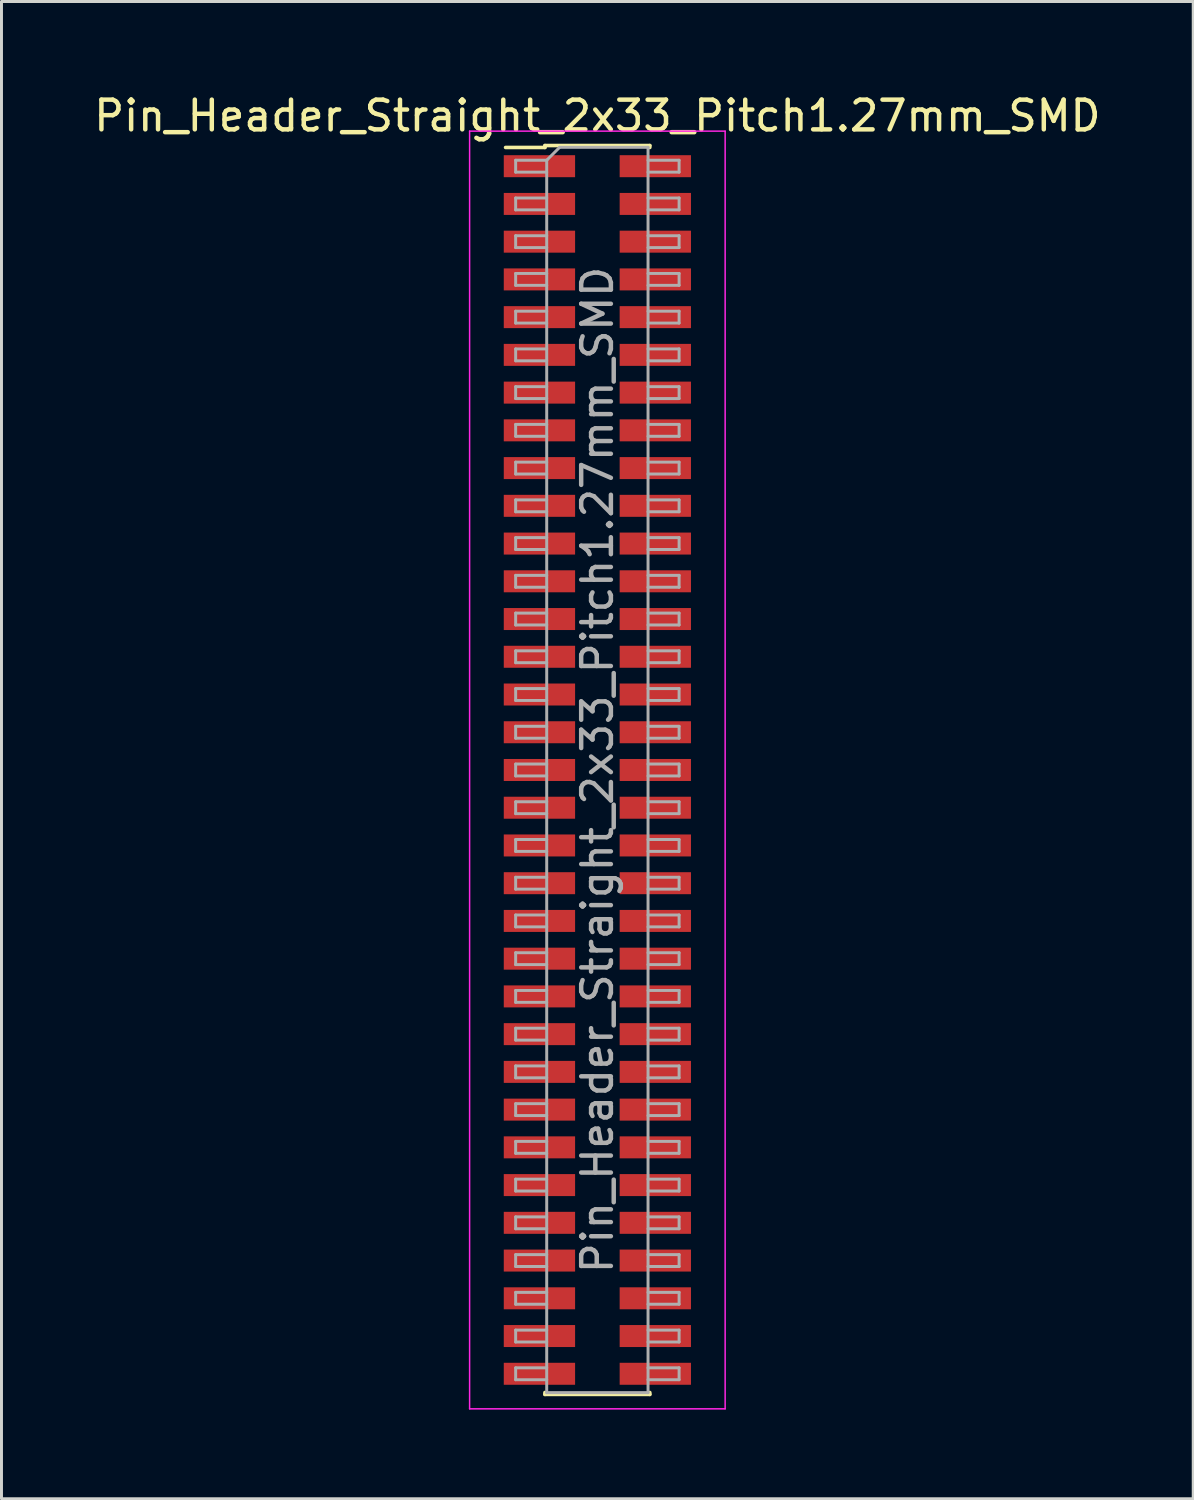
<source format=kicad_pcb>
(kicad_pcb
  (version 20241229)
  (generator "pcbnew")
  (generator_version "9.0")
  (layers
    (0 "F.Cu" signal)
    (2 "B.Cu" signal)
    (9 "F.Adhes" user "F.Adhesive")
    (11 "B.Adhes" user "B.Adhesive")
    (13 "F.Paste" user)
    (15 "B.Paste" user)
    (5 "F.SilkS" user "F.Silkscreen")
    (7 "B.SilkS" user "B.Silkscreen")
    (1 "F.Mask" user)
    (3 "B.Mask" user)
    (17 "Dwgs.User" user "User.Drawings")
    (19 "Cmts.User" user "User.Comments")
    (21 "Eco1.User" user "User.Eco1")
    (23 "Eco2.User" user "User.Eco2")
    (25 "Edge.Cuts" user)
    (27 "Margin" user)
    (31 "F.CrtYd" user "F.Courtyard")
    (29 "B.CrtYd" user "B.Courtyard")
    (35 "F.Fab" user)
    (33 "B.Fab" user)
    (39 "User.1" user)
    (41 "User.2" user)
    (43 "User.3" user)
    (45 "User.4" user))
  (footprint "Pin_Header_Straight_2x33_Pitch1.27mm_SMD"
    (layer "F.Cu")
    (at 17.054 22.863)
    (property "Reference" "Pin_Header_Straight_2x33_Pitch1.27mm_SMD" (at 0 -22.015 0) (layer "F.SilkS") (effects (font (size 1 1) (thickness 0.15))))
    (attr smd)
    (fp_line (start -3.09 -20.95) (end -1.765 -20.95) (stroke (width 0.12) (type solid)) (layer "F.SilkS"))
    (fp_line (start -1.765 -21.015) (end -1.765 -20.95) (stroke (width 0.12) (type solid)) (layer "F.SilkS"))
    (fp_line (start -1.765 -21.015) (end 1.765 -21.015) (stroke (width 0.12) (type solid)) (layer "F.SilkS"))
    (fp_line (start -1.765 20.95) (end -1.765 21.015) (stroke (width 0.12) (type solid)) (layer "F.SilkS"))
    (fp_line (start -1.765 21.015) (end 1.765 21.015) (stroke (width 0.12) (type solid)) (layer "F.SilkS"))
    (fp_line (start 1.765 -21.015) (end 1.765 -20.95) (stroke (width 0.12) (type solid)) (layer "F.SilkS"))
    (fp_line (start 1.765 20.95) (end 1.765 21.015) (stroke (width 0.12) (type solid)) (layer "F.SilkS"))
    (fp_line (start -4.3 -21.5) (end -4.3 21.5) (stroke (width 0.05) (type solid)) (layer "F.CrtYd"))
    (fp_line (start -4.3 21.5) (end 4.3 21.5) (stroke (width 0.05) (type solid)) (layer "F.CrtYd"))
    (fp_line (start 4.3 -21.5) (end -4.3 -21.5) (stroke (width 0.05) (type solid)) (layer "F.CrtYd"))
    (fp_line (start 4.3 21.5) (end 4.3 -21.5) (stroke (width 0.05) (type solid)) (layer "F.CrtYd"))
    (fp_line (start -2.75 -20.52) (end -2.75 -20.12) (stroke (width 0.1) (type solid)) (layer "F.Fab"))
    (fp_line (start -2.75 -20.12) (end -1.705 -20.12) (stroke (width 0.1) (type solid)) (layer "F.Fab"))
    (fp_line (start -2.75 -19.25) (end -2.75 -18.85) (stroke (width 0.1) (type solid)) (layer "F.Fab"))
    (fp_line (start -2.75 -18.85) (end -1.705 -18.85) (stroke (width 0.1) (type solid)) (layer "F.Fab"))
    (fp_line (start -2.75 -17.98) (end -2.75 -17.58) (stroke (width 0.1) (type solid)) (layer "F.Fab"))
    (fp_line (start -2.75 -17.58) (end -1.705 -17.58) (stroke (width 0.1) (type solid)) (layer "F.Fab"))
    (fp_line (start -2.75 -16.71) (end -2.75 -16.31) (stroke (width 0.1) (type solid)) (layer "F.Fab"))
    (fp_line (start -2.75 -16.31) (end -1.705 -16.31) (stroke (width 0.1) (type solid)) (layer "F.Fab"))
    (fp_line (start -2.75 -15.44) (end -2.75 -15.04) (stroke (width 0.1) (type solid)) (layer "F.Fab"))
    (fp_line (start -2.75 -15.04) (end -1.705 -15.04) (stroke (width 0.1) (type solid)) (layer "F.Fab"))
    (fp_line (start -2.75 -14.17) (end -2.75 -13.77) (stroke (width 0.1) (type solid)) (layer "F.Fab"))
    (fp_line (start -2.75 -13.77) (end -1.705 -13.77) (stroke (width 0.1) (type solid)) (layer "F.Fab"))
    (fp_line (start -2.75 -12.9) (end -2.75 -12.5) (stroke (width 0.1) (type solid)) (layer "F.Fab"))
    (fp_line (start -2.75 -12.5) (end -1.705 -12.5) (stroke (width 0.1) (type solid)) (layer "F.Fab"))
    (fp_line (start -2.75 -11.63) (end -2.75 -11.23) (stroke (width 0.1) (type solid)) (layer "F.Fab"))
    (fp_line (start -2.75 -11.23) (end -1.705 -11.23) (stroke (width 0.1) (type solid)) (layer "F.Fab"))
    (fp_line (start -2.75 -10.36) (end -2.75 -9.96) (stroke (width 0.1) (type solid)) (layer "F.Fab"))
    (fp_line (start -2.75 -9.96) (end -1.705 -9.96) (stroke (width 0.1) (type solid)) (layer "F.Fab"))
    (fp_line (start -2.75 -9.09) (end -2.75 -8.69) (stroke (width 0.1) (type solid)) (layer "F.Fab"))
    (fp_line (start -2.75 -8.69) (end -1.705 -8.69) (stroke (width 0.1) (type solid)) (layer "F.Fab"))
    (fp_line (start -2.75 -7.82) (end -2.75 -7.42) (stroke (width 0.1) (type solid)) (layer "F.Fab"))
    (fp_line (start -2.75 -7.42) (end -1.705 -7.42) (stroke (width 0.1) (type solid)) (layer "F.Fab"))
    (fp_line (start -2.75 -6.55) (end -2.75 -6.15) (stroke (width 0.1) (type solid)) (layer "F.Fab"))
    (fp_line (start -2.75 -6.15) (end -1.705 -6.15) (stroke (width 0.1) (type solid)) (layer "F.Fab"))
    (fp_line (start -2.75 -5.28) (end -2.75 -4.88) (stroke (width 0.1) (type solid)) (layer "F.Fab"))
    (fp_line (start -2.75 -4.88) (end -1.705 -4.88) (stroke (width 0.1) (type solid)) (layer "F.Fab"))
    (fp_line (start -2.75 -4.01) (end -2.75 -3.61) (stroke (width 0.1) (type solid)) (layer "F.Fab"))
    (fp_line (start -2.75 -3.61) (end -1.705 -3.61) (stroke (width 0.1) (type solid)) (layer "F.Fab"))
    (fp_line (start -2.75 -2.74) (end -2.75 -2.34) (stroke (width 0.1) (type solid)) (layer "F.Fab"))
    (fp_line (start -2.75 -2.34) (end -1.705 -2.34) (stroke (width 0.1) (type solid)) (layer "F.Fab"))
    (fp_line (start -2.75 -1.47) (end -2.75 -1.07) (stroke (width 0.1) (type solid)) (layer "F.Fab"))
    (fp_line (start -2.75 -1.07) (end -1.705 -1.07) (stroke (width 0.1) (type solid)) (layer "F.Fab"))
    (fp_line (start -2.75 -0.2) (end -2.75 0.2) (stroke (width 0.1) (type solid)) (layer "F.Fab"))
    (fp_line (start -2.75 0.2) (end -1.705 0.2) (stroke (width 0.1) (type solid)) (layer "F.Fab"))
    (fp_line (start -2.75 1.07) (end -2.75 1.47) (stroke (width 0.1) (type solid)) (layer "F.Fab"))
    (fp_line (start -2.75 1.47) (end -1.705 1.47) (stroke (width 0.1) (type solid)) (layer "F.Fab"))
    (fp_line (start -2.75 2.34) (end -2.75 2.74) (stroke (width 0.1) (type solid)) (layer "F.Fab"))
    (fp_line (start -2.75 2.74) (end -1.705 2.74) (stroke (width 0.1) (type solid)) (layer "F.Fab"))
    (fp_line (start -2.75 3.61) (end -2.75 4.01) (stroke (width 0.1) (type solid)) (layer "F.Fab"))
    (fp_line (start -2.75 4.01) (end -1.705 4.01) (stroke (width 0.1) (type solid)) (layer "F.Fab"))
    (fp_line (start -2.75 4.88) (end -2.75 5.28) (stroke (width 0.1) (type solid)) (layer "F.Fab"))
    (fp_line (start -2.75 5.28) (end -1.705 5.28) (stroke (width 0.1) (type solid)) (layer "F.Fab"))
    (fp_line (start -2.75 6.15) (end -2.75 6.55) (stroke (width 0.1) (type solid)) (layer "F.Fab"))
    (fp_line (start -2.75 6.55) (end -1.705 6.55) (stroke (width 0.1) (type solid)) (layer "F.Fab"))
    (fp_line (start -2.75 7.42) (end -2.75 7.82) (stroke (width 0.1) (type solid)) (layer "F.Fab"))
    (fp_line (start -2.75 7.82) (end -1.705 7.82) (stroke (width 0.1) (type solid)) (layer "F.Fab"))
    (fp_line (start -2.75 8.69) (end -2.75 9.09) (stroke (width 0.1) (type solid)) (layer "F.Fab"))
    (fp_line (start -2.75 9.09) (end -1.705 9.09) (stroke (width 0.1) (type solid)) (layer "F.Fab"))
    (fp_line (start -2.75 9.96) (end -2.75 10.36) (stroke (width 0.1) (type solid)) (layer "F.Fab"))
    (fp_line (start -2.75 10.36) (end -1.705 10.36) (stroke (width 0.1) (type solid)) (layer "F.Fab"))
    (fp_line (start -2.75 11.23) (end -2.75 11.63) (stroke (width 0.1) (type solid)) (layer "F.Fab"))
    (fp_line (start -2.75 11.63) (end -1.705 11.63) (stroke (width 0.1) (type solid)) (layer "F.Fab"))
    (fp_line (start -2.75 12.5) (end -2.75 12.9) (stroke (width 0.1) (type solid)) (layer "F.Fab"))
    (fp_line (start -2.75 12.9) (end -1.705 12.9) (stroke (width 0.1) (type solid)) (layer "F.Fab"))
    (fp_line (start -2.75 13.77) (end -2.75 14.17) (stroke (width 0.1) (type solid)) (layer "F.Fab"))
    (fp_line (start -2.75 14.17) (end -1.705 14.17) (stroke (width 0.1) (type solid)) (layer "F.Fab"))
    (fp_line (start -2.75 15.04) (end -2.75 15.44) (stroke (width 0.1) (type solid)) (layer "F.Fab"))
    (fp_line (start -2.75 15.44) (end -1.705 15.44) (stroke (width 0.1) (type solid)) (layer "F.Fab"))
    (fp_line (start -2.75 16.31) (end -2.75 16.71) (stroke (width 0.1) (type solid)) (layer "F.Fab"))
    (fp_line (start -2.75 16.71) (end -1.705 16.71) (stroke (width 0.1) (type solid)) (layer "F.Fab"))
    (fp_line (start -2.75 17.58) (end -2.75 17.98) (stroke (width 0.1) (type solid)) (layer "F.Fab"))
    (fp_line (start -2.75 17.98) (end -1.705 17.98) (stroke (width 0.1) (type solid)) (layer "F.Fab"))
    (fp_line (start -2.75 18.85) (end -2.75 19.25) (stroke (width 0.1) (type solid)) (layer "F.Fab"))
    (fp_line (start -2.75 19.25) (end -1.705 19.25) (stroke (width 0.1) (type solid)) (layer "F.Fab"))
    (fp_line (start -2.75 20.12) (end -2.75 20.52) (stroke (width 0.1) (type solid)) (layer "F.Fab"))
    (fp_line (start -2.75 20.52) (end -1.705 20.52) (stroke (width 0.1) (type solid)) (layer "F.Fab"))
    (fp_line (start -1.705 -20.52) (end -2.75 -20.52) (stroke (width 0.1) (type solid)) (layer "F.Fab"))
    (fp_line (start -1.705 -20.52) (end -1.27 -20.955) (stroke (width 0.1) (type solid)) (layer "F.Fab"))
    (fp_line (start -1.705 -19.25) (end -2.75 -19.25) (stroke (width 0.1) (type solid)) (layer "F.Fab"))
    (fp_line (start -1.705 -17.98) (end -2.75 -17.98) (stroke (width 0.1) (type solid)) (layer "F.Fab"))
    (fp_line (start -1.705 -16.71) (end -2.75 -16.71) (stroke (width 0.1) (type solid)) (layer "F.Fab"))
    (fp_line (start -1.705 -15.44) (end -2.75 -15.44) (stroke (width 0.1) (type solid)) (layer "F.Fab"))
    (fp_line (start -1.705 -14.17) (end -2.75 -14.17) (stroke (width 0.1) (type solid)) (layer "F.Fab"))
    (fp_line (start -1.705 -12.9) (end -2.75 -12.9) (stroke (width 0.1) (type solid)) (layer "F.Fab"))
    (fp_line (start -1.705 -11.63) (end -2.75 -11.63) (stroke (width 0.1) (type solid)) (layer "F.Fab"))
    (fp_line (start -1.705 -10.36) (end -2.75 -10.36) (stroke (width 0.1) (type solid)) (layer "F.Fab"))
    (fp_line (start -1.705 -9.09) (end -2.75 -9.09) (stroke (width 0.1) (type solid)) (layer "F.Fab"))
    (fp_line (start -1.705 -7.82) (end -2.75 -7.82) (stroke (width 0.1) (type solid)) (layer "F.Fab"))
    (fp_line (start -1.705 -6.55) (end -2.75 -6.55) (stroke (width 0.1) (type solid)) (layer "F.Fab"))
    (fp_line (start -1.705 -5.28) (end -2.75 -5.28) (stroke (width 0.1) (type solid)) (layer "F.Fab"))
    (fp_line (start -1.705 -4.01) (end -2.75 -4.01) (stroke (width 0.1) (type solid)) (layer "F.Fab"))
    (fp_line (start -1.705 -2.74) (end -2.75 -2.74) (stroke (width 0.1) (type solid)) (layer "F.Fab"))
    (fp_line (start -1.705 -1.47) (end -2.75 -1.47) (stroke (width 0.1) (type solid)) (layer "F.Fab"))
    (fp_line (start -1.705 -0.2) (end -2.75 -0.2) (stroke (width 0.1) (type solid)) (layer "F.Fab"))
    (fp_line (start -1.705 1.07) (end -2.75 1.07) (stroke (width 0.1) (type solid)) (layer "F.Fab"))
    (fp_line (start -1.705 2.34) (end -2.75 2.34) (stroke (width 0.1) (type solid)) (layer "F.Fab"))
    (fp_line (start -1.705 3.61) (end -2.75 3.61) (stroke (width 0.1) (type solid)) (layer "F.Fab"))
    (fp_line (start -1.705 4.88) (end -2.75 4.88) (stroke (width 0.1) (type solid)) (layer "F.Fab"))
    (fp_line (start -1.705 6.15) (end -2.75 6.15) (stroke (width 0.1) (type solid)) (layer "F.Fab"))
    (fp_line (start -1.705 7.42) (end -2.75 7.42) (stroke (width 0.1) (type solid)) (layer "F.Fab"))
    (fp_line (start -1.705 8.69) (end -2.75 8.69) (stroke (width 0.1) (type solid)) (layer "F.Fab"))
    (fp_line (start -1.705 9.96) (end -2.75 9.96) (stroke (width 0.1) (type solid)) (layer "F.Fab"))
    (fp_line (start -1.705 11.23) (end -2.75 11.23) (stroke (width 0.1) (type solid)) (layer "F.Fab"))
    (fp_line (start -1.705 12.5) (end -2.75 12.5) (stroke (width 0.1) (type solid)) (layer "F.Fab"))
    (fp_line (start -1.705 13.77) (end -2.75 13.77) (stroke (width 0.1) (type solid)) (layer "F.Fab"))
    (fp_line (start -1.705 15.04) (end -2.75 15.04) (stroke (width 0.1) (type solid)) (layer "F.Fab"))
    (fp_line (start -1.705 16.31) (end -2.75 16.31) (stroke (width 0.1) (type solid)) (layer "F.Fab"))
    (fp_line (start -1.705 17.58) (end -2.75 17.58) (stroke (width 0.1) (type solid)) (layer "F.Fab"))
    (fp_line (start -1.705 18.85) (end -2.75 18.85) (stroke (width 0.1) (type solid)) (layer "F.Fab"))
    (fp_line (start -1.705 20.12) (end -2.75 20.12) (stroke (width 0.1) (type solid)) (layer "F.Fab"))
    (fp_line (start -1.705 20.955) (end -1.705 -20.52) (stroke (width 0.1) (type solid)) (layer "F.Fab"))
    (fp_line (start -1.27 -20.955) (end 1.705 -20.955) (stroke (width 0.1) (type solid)) (layer "F.Fab"))
    (fp_line (start 1.705 -20.955) (end 1.705 20.955) (stroke (width 0.1) (type solid)) (layer "F.Fab"))
    (fp_line (start 1.705 -20.52) (end 2.75 -20.52) (stroke (width 0.1) (type solid)) (layer "F.Fab"))
    (fp_line (start 1.705 -19.25) (end 2.75 -19.25) (stroke (width 0.1) (type solid)) (layer "F.Fab"))
    (fp_line (start 1.705 -17.98) (end 2.75 -17.98) (stroke (width 0.1) (type solid)) (layer "F.Fab"))
    (fp_line (start 1.705 -16.71) (end 2.75 -16.71) (stroke (width 0.1) (type solid)) (layer "F.Fab"))
    (fp_line (start 1.705 -15.44) (end 2.75 -15.44) (stroke (width 0.1) (type solid)) (layer "F.Fab"))
    (fp_line (start 1.705 -14.17) (end 2.75 -14.17) (stroke (width 0.1) (type solid)) (layer "F.Fab"))
    (fp_line (start 1.705 -12.9) (end 2.75 -12.9) (stroke (width 0.1) (type solid)) (layer "F.Fab"))
    (fp_line (start 1.705 -11.63) (end 2.75 -11.63) (stroke (width 0.1) (type solid)) (layer "F.Fab"))
    (fp_line (start 1.705 -10.36) (end 2.75 -10.36) (stroke (width 0.1) (type solid)) (layer "F.Fab"))
    (fp_line (start 1.705 -9.09) (end 2.75 -9.09) (stroke (width 0.1) (type solid)) (layer "F.Fab"))
    (fp_line (start 1.705 -7.82) (end 2.75 -7.82) (stroke (width 0.1) (type solid)) (layer "F.Fab"))
    (fp_line (start 1.705 -6.55) (end 2.75 -6.55) (stroke (width 0.1) (type solid)) (layer "F.Fab"))
    (fp_line (start 1.705 -5.28) (end 2.75 -5.28) (stroke (width 0.1) (type solid)) (layer "F.Fab"))
    (fp_line (start 1.705 -4.01) (end 2.75 -4.01) (stroke (width 0.1) (type solid)) (layer "F.Fab"))
    (fp_line (start 1.705 -2.74) (end 2.75 -2.74) (stroke (width 0.1) (type solid)) (layer "F.Fab"))
    (fp_line (start 1.705 -1.47) (end 2.75 -1.47) (stroke (width 0.1) (type solid)) (layer "F.Fab"))
    (fp_line (start 1.705 -0.2) (end 2.75 -0.2) (stroke (width 0.1) (type solid)) (layer "F.Fab"))
    (fp_line (start 1.705 1.07) (end 2.75 1.07) (stroke (width 0.1) (type solid)) (layer "F.Fab"))
    (fp_line (start 1.705 2.34) (end 2.75 2.34) (stroke (width 0.1) (type solid)) (layer "F.Fab"))
    (fp_line (start 1.705 3.61) (end 2.75 3.61) (stroke (width 0.1) (type solid)) (layer "F.Fab"))
    (fp_line (start 1.705 4.88) (end 2.75 4.88) (stroke (width 0.1) (type solid)) (layer "F.Fab"))
    (fp_line (start 1.705 6.15) (end 2.75 6.15) (stroke (width 0.1) (type solid)) (layer "F.Fab"))
    (fp_line (start 1.705 7.42) (end 2.75 7.42) (stroke (width 0.1) (type solid)) (layer "F.Fab"))
    (fp_line (start 1.705 8.69) (end 2.75 8.69) (stroke (width 0.1) (type solid)) (layer "F.Fab"))
    (fp_line (start 1.705 9.96) (end 2.75 9.96) (stroke (width 0.1) (type solid)) (layer "F.Fab"))
    (fp_line (start 1.705 11.23) (end 2.75 11.23) (stroke (width 0.1) (type solid)) (layer "F.Fab"))
    (fp_line (start 1.705 12.5) (end 2.75 12.5) (stroke (width 0.1) (type solid)) (layer "F.Fab"))
    (fp_line (start 1.705 13.77) (end 2.75 13.77) (stroke (width 0.1) (type solid)) (layer "F.Fab"))
    (fp_line (start 1.705 15.04) (end 2.75 15.04) (stroke (width 0.1) (type solid)) (layer "F.Fab"))
    (fp_line (start 1.705 16.31) (end 2.75 16.31) (stroke (width 0.1) (type solid)) (layer "F.Fab"))
    (fp_line (start 1.705 17.58) (end 2.75 17.58) (stroke (width 0.1) (type solid)) (layer "F.Fab"))
    (fp_line (start 1.705 18.85) (end 2.75 18.85) (stroke (width 0.1) (type solid)) (layer "F.Fab"))
    (fp_line (start 1.705 20.12) (end 2.75 20.12) (stroke (width 0.1) (type solid)) (layer "F.Fab"))
    (fp_line (start 1.705 20.955) (end -1.705 20.955) (stroke (width 0.1) (type solid)) (layer "F.Fab"))
    (fp_line (start 2.75 -20.52) (end 2.75 -20.12) (stroke (width 0.1) (type solid)) (layer "F.Fab"))
    (fp_line (start 2.75 -20.12) (end 1.705 -20.12) (stroke (width 0.1) (type solid)) (layer "F.Fab"))
    (fp_line (start 2.75 -19.25) (end 2.75 -18.85) (stroke (width 0.1) (type solid)) (layer "F.Fab"))
    (fp_line (start 2.75 -18.85) (end 1.705 -18.85) (stroke (width 0.1) (type solid)) (layer "F.Fab"))
    (fp_line (start 2.75 -17.98) (end 2.75 -17.58) (stroke (width 0.1) (type solid)) (layer "F.Fab"))
    (fp_line (start 2.75 -17.58) (end 1.705 -17.58) (stroke (width 0.1) (type solid)) (layer "F.Fab"))
    (fp_line (start 2.75 -16.71) (end 2.75 -16.31) (stroke (width 0.1) (type solid)) (layer "F.Fab"))
    (fp_line (start 2.75 -16.31) (end 1.705 -16.31) (stroke (width 0.1) (type solid)) (layer "F.Fab"))
    (fp_line (start 2.75 -15.44) (end 2.75 -15.04) (stroke (width 0.1) (type solid)) (layer "F.Fab"))
    (fp_line (start 2.75 -15.04) (end 1.705 -15.04) (stroke (width 0.1) (type solid)) (layer "F.Fab"))
    (fp_line (start 2.75 -14.17) (end 2.75 -13.77) (stroke (width 0.1) (type solid)) (layer "F.Fab"))
    (fp_line (start 2.75 -13.77) (end 1.705 -13.77) (stroke (width 0.1) (type solid)) (layer "F.Fab"))
    (fp_line (start 2.75 -12.9) (end 2.75 -12.5) (stroke (width 0.1) (type solid)) (layer "F.Fab"))
    (fp_line (start 2.75 -12.5) (end 1.705 -12.5) (stroke (width 0.1) (type solid)) (layer "F.Fab"))
    (fp_line (start 2.75 -11.63) (end 2.75 -11.23) (stroke (width 0.1) (type solid)) (layer "F.Fab"))
    (fp_line (start 2.75 -11.23) (end 1.705 -11.23) (stroke (width 0.1) (type solid)) (layer "F.Fab"))
    (fp_line (start 2.75 -10.36) (end 2.75 -9.96) (stroke (width 0.1) (type solid)) (layer "F.Fab"))
    (fp_line (start 2.75 -9.96) (end 1.705 -9.96) (stroke (width 0.1) (type solid)) (layer "F.Fab"))
    (fp_line (start 2.75 -9.09) (end 2.75 -8.69) (stroke (width 0.1) (type solid)) (layer "F.Fab"))
    (fp_line (start 2.75 -8.69) (end 1.705 -8.69) (stroke (width 0.1) (type solid)) (layer "F.Fab"))
    (fp_line (start 2.75 -7.82) (end 2.75 -7.42) (stroke (width 0.1) (type solid)) (layer "F.Fab"))
    (fp_line (start 2.75 -7.42) (end 1.705 -7.42) (stroke (width 0.1) (type solid)) (layer "F.Fab"))
    (fp_line (start 2.75 -6.55) (end 2.75 -6.15) (stroke (width 0.1) (type solid)) (layer "F.Fab"))
    (fp_line (start 2.75 -6.15) (end 1.705 -6.15) (stroke (width 0.1) (type solid)) (layer "F.Fab"))
    (fp_line (start 2.75 -5.28) (end 2.75 -4.88) (stroke (width 0.1) (type solid)) (layer "F.Fab"))
    (fp_line (start 2.75 -4.88) (end 1.705 -4.88) (stroke (width 0.1) (type solid)) (layer "F.Fab"))
    (fp_line (start 2.75 -4.01) (end 2.75 -3.61) (stroke (width 0.1) (type solid)) (layer "F.Fab"))
    (fp_line (start 2.75 -3.61) (end 1.705 -3.61) (stroke (width 0.1) (type solid)) (layer "F.Fab"))
    (fp_line (start 2.75 -2.74) (end 2.75 -2.34) (stroke (width 0.1) (type solid)) (layer "F.Fab"))
    (fp_line (start 2.75 -2.34) (end 1.705 -2.34) (stroke (width 0.1) (type solid)) (layer "F.Fab"))
    (fp_line (start 2.75 -1.47) (end 2.75 -1.07) (stroke (width 0.1) (type solid)) (layer "F.Fab"))
    (fp_line (start 2.75 -1.07) (end 1.705 -1.07) (stroke (width 0.1) (type solid)) (layer "F.Fab"))
    (fp_line (start 2.75 -0.2) (end 2.75 0.2) (stroke (width 0.1) (type solid)) (layer "F.Fab"))
    (fp_line (start 2.75 0.2) (end 1.705 0.2) (stroke (width 0.1) (type solid)) (layer "F.Fab"))
    (fp_line (start 2.75 1.07) (end 2.75 1.47) (stroke (width 0.1) (type solid)) (layer "F.Fab"))
    (fp_line (start 2.75 1.47) (end 1.705 1.47) (stroke (width 0.1) (type solid)) (layer "F.Fab"))
    (fp_line (start 2.75 2.34) (end 2.75 2.74) (stroke (width 0.1) (type solid)) (layer "F.Fab"))
    (fp_line (start 2.75 2.74) (end 1.705 2.74) (stroke (width 0.1) (type solid)) (layer "F.Fab"))
    (fp_line (start 2.75 3.61) (end 2.75 4.01) (stroke (width 0.1) (type solid)) (layer "F.Fab"))
    (fp_line (start 2.75 4.01) (end 1.705 4.01) (stroke (width 0.1) (type solid)) (layer "F.Fab"))
    (fp_line (start 2.75 4.88) (end 2.75 5.28) (stroke (width 0.1) (type solid)) (layer "F.Fab"))
    (fp_line (start 2.75 5.28) (end 1.705 5.28) (stroke (width 0.1) (type solid)) (layer "F.Fab"))
    (fp_line (start 2.75 6.15) (end 2.75 6.55) (stroke (width 0.1) (type solid)) (layer "F.Fab"))
    (fp_line (start 2.75 6.55) (end 1.705 6.55) (stroke (width 0.1) (type solid)) (layer "F.Fab"))
    (fp_line (start 2.75 7.42) (end 2.75 7.82) (stroke (width 0.1) (type solid)) (layer "F.Fab"))
    (fp_line (start 2.75 7.82) (end 1.705 7.82) (stroke (width 0.1) (type solid)) (layer "F.Fab"))
    (fp_line (start 2.75 8.69) (end 2.75 9.09) (stroke (width 0.1) (type solid)) (layer "F.Fab"))
    (fp_line (start 2.75 9.09) (end 1.705 9.09) (stroke (width 0.1) (type solid)) (layer "F.Fab"))
    (fp_line (start 2.75 9.96) (end 2.75 10.36) (stroke (width 0.1) (type solid)) (layer "F.Fab"))
    (fp_line (start 2.75 10.36) (end 1.705 10.36) (stroke (width 0.1) (type solid)) (layer "F.Fab"))
    (fp_line (start 2.75 11.23) (end 2.75 11.63) (stroke (width 0.1) (type solid)) (layer "F.Fab"))
    (fp_line (start 2.75 11.63) (end 1.705 11.63) (stroke (width 0.1) (type solid)) (layer "F.Fab"))
    (fp_line (start 2.75 12.5) (end 2.75 12.9) (stroke (width 0.1) (type solid)) (layer "F.Fab"))
    (fp_line (start 2.75 12.9) (end 1.705 12.9) (stroke (width 0.1) (type solid)) (layer "F.Fab"))
    (fp_line (start 2.75 13.77) (end 2.75 14.17) (stroke (width 0.1) (type solid)) (layer "F.Fab"))
    (fp_line (start 2.75 14.17) (end 1.705 14.17) (stroke (width 0.1) (type solid)) (layer "F.Fab"))
    (fp_line (start 2.75 15.04) (end 2.75 15.44) (stroke (width 0.1) (type solid)) (layer "F.Fab"))
    (fp_line (start 2.75 15.44) (end 1.705 15.44) (stroke (width 0.1) (type solid)) (layer "F.Fab"))
    (fp_line (start 2.75 16.31) (end 2.75 16.71) (stroke (width 0.1) (type solid)) (layer "F.Fab"))
    (fp_line (start 2.75 16.71) (end 1.705 16.71) (stroke (width 0.1) (type solid)) (layer "F.Fab"))
    (fp_line (start 2.75 17.58) (end 2.75 17.98) (stroke (width 0.1) (type solid)) (layer "F.Fab"))
    (fp_line (start 2.75 17.98) (end 1.705 17.98) (stroke (width 0.1) (type solid)) (layer "F.Fab"))
    (fp_line (start 2.75 18.85) (end 2.75 19.25) (stroke (width 0.1) (type solid)) (layer "F.Fab"))
    (fp_line (start 2.75 19.25) (end 1.705 19.25) (stroke (width 0.1) (type solid)) (layer "F.Fab"))
    (fp_line (start 2.75 20.12) (end 2.75 20.52) (stroke (width 0.1) (type solid)) (layer "F.Fab"))
    (fp_line (start 2.75 20.52) (end 1.705 20.52) (stroke (width 0.1) (type solid)) (layer "F.Fab"))
    (fp_text user "${REFERENCE}" (at 0 0 90) (layer "F.Fab") (effects (font (size 1 1) (thickness 0.15))))
    (pad "1" smd rect (at -1.95 -20.32) (size 2.4 0.74) (layers "F.Cu" "F.Mask" "F.Paste"))
    (pad "2" smd rect (at 1.95 -20.32) (size 2.4 0.74) (layers "F.Cu" "F.Mask" "F.Paste"))
    (pad "3" smd rect (at -1.95 -19.05) (size 2.4 0.74) (layers "F.Cu" "F.Mask" "F.Paste"))
    (pad "4" smd rect (at 1.95 -19.05) (size 2.4 0.74) (layers "F.Cu" "F.Mask" "F.Paste"))
    (pad "5" smd rect (at -1.95 -17.78) (size 2.4 0.74) (layers "F.Cu" "F.Mask" "F.Paste"))
    (pad "6" smd rect (at 1.95 -17.78) (size 2.4 0.74) (layers "F.Cu" "F.Mask" "F.Paste"))
    (pad "7" smd rect (at -1.95 -16.51) (size 2.4 0.74) (layers "F.Cu" "F.Mask" "F.Paste"))
    (pad "8" smd rect (at 1.95 -16.51) (size 2.4 0.74) (layers "F.Cu" "F.Mask" "F.Paste"))
    (pad "9" smd rect (at -1.95 -15.24) (size 2.4 0.74) (layers "F.Cu" "F.Mask" "F.Paste"))
    (pad "10" smd rect (at 1.95 -15.24) (size 2.4 0.74) (layers "F.Cu" "F.Mask" "F.Paste"))
    (pad "11" smd rect (at -1.95 -13.97) (size 2.4 0.74) (layers "F.Cu" "F.Mask" "F.Paste"))
    (pad "12" smd rect (at 1.95 -13.97) (size 2.4 0.74) (layers "F.Cu" "F.Mask" "F.Paste"))
    (pad "13" smd rect (at -1.95 -12.7) (size 2.4 0.74) (layers "F.Cu" "F.Mask" "F.Paste"))
    (pad "14" smd rect (at 1.95 -12.7) (size 2.4 0.74) (layers "F.Cu" "F.Mask" "F.Paste"))
    (pad "15" smd rect (at -1.95 -11.43) (size 2.4 0.74) (layers "F.Cu" "F.Mask" "F.Paste"))
    (pad "16" smd rect (at 1.95 -11.43) (size 2.4 0.74) (layers "F.Cu" "F.Mask" "F.Paste"))
    (pad "17" smd rect (at -1.95 -10.16) (size 2.4 0.74) (layers "F.Cu" "F.Mask" "F.Paste"))
    (pad "18" smd rect (at 1.95 -10.16) (size 2.4 0.74) (layers "F.Cu" "F.Mask" "F.Paste"))
    (pad "19" smd rect (at -1.95 -8.89) (size 2.4 0.74) (layers "F.Cu" "F.Mask" "F.Paste"))
    (pad "20" smd rect (at 1.95 -8.89) (size 2.4 0.74) (layers "F.Cu" "F.Mask" "F.Paste"))
    (pad "21" smd rect (at -1.95 -7.62) (size 2.4 0.74) (layers "F.Cu" "F.Mask" "F.Paste"))
    (pad "22" smd rect (at 1.95 -7.62) (size 2.4 0.74) (layers "F.Cu" "F.Mask" "F.Paste"))
    (pad "23" smd rect (at -1.95 -6.35) (size 2.4 0.74) (layers "F.Cu" "F.Mask" "F.Paste"))
    (pad "24" smd rect (at 1.95 -6.35) (size 2.4 0.74) (layers "F.Cu" "F.Mask" "F.Paste"))
    (pad "25" smd rect (at -1.95 -5.08) (size 2.4 0.74) (layers "F.Cu" "F.Mask" "F.Paste"))
    (pad "26" smd rect (at 1.95 -5.08) (size 2.4 0.74) (layers "F.Cu" "F.Mask" "F.Paste"))
    (pad "27" smd rect (at -1.95 -3.81) (size 2.4 0.74) (layers "F.Cu" "F.Mask" "F.Paste"))
    (pad "28" smd rect (at 1.95 -3.81) (size 2.4 0.74) (layers "F.Cu" "F.Mask" "F.Paste"))
    (pad "29" smd rect (at -1.95 -2.54) (size 2.4 0.74) (layers "F.Cu" "F.Mask" "F.Paste"))
    (pad "30" smd rect (at 1.95 -2.54) (size 2.4 0.74) (layers "F.Cu" "F.Mask" "F.Paste"))
    (pad "31" smd rect (at -1.95 -1.27) (size 2.4 0.74) (layers "F.Cu" "F.Mask" "F.Paste"))
    (pad "32" smd rect (at 1.95 -1.27) (size 2.4 0.74) (layers "F.Cu" "F.Mask" "F.Paste"))
    (pad "33" smd rect (at -1.95 0) (size 2.4 0.74) (layers "F.Cu" "F.Mask" "F.Paste"))
    (pad "34" smd rect (at 1.95 0) (size 2.4 0.74) (layers "F.Cu" "F.Mask" "F.Paste"))
    (pad "35" smd rect (at -1.95 1.27) (size 2.4 0.74) (layers "F.Cu" "F.Mask" "F.Paste"))
    (pad "36" smd rect (at 1.95 1.27) (size 2.4 0.74) (layers "F.Cu" "F.Mask" "F.Paste"))
    (pad "37" smd rect (at -1.95 2.54) (size 2.4 0.74) (layers "F.Cu" "F.Mask" "F.Paste"))
    (pad "38" smd rect (at 1.95 2.54) (size 2.4 0.74) (layers "F.Cu" "F.Mask" "F.Paste"))
    (pad "39" smd rect (at -1.95 3.81) (size 2.4 0.74) (layers "F.Cu" "F.Mask" "F.Paste"))
    (pad "40" smd rect (at 1.95 3.81) (size 2.4 0.74) (layers "F.Cu" "F.Mask" "F.Paste"))
    (pad "41" smd rect (at -1.95 5.08) (size 2.4 0.74) (layers "F.Cu" "F.Mask" "F.Paste"))
    (pad "42" smd rect (at 1.95 5.08) (size 2.4 0.74) (layers "F.Cu" "F.Mask" "F.Paste"))
    (pad "43" smd rect (at -1.95 6.35) (size 2.4 0.74) (layers "F.Cu" "F.Mask" "F.Paste"))
    (pad "44" smd rect (at 1.95 6.35) (size 2.4 0.74) (layers "F.Cu" "F.Mask" "F.Paste"))
    (pad "45" smd rect (at -1.95 7.62) (size 2.4 0.74) (layers "F.Cu" "F.Mask" "F.Paste"))
    (pad "46" smd rect (at 1.95 7.62) (size 2.4 0.74) (layers "F.Cu" "F.Mask" "F.Paste"))
    (pad "47" smd rect (at -1.95 8.89) (size 2.4 0.74) (layers "F.Cu" "F.Mask" "F.Paste"))
    (pad "48" smd rect (at 1.95 8.89) (size 2.4 0.74) (layers "F.Cu" "F.Mask" "F.Paste"))
    (pad "49" smd rect (at -1.95 10.16) (size 2.4 0.74) (layers "F.Cu" "F.Mask" "F.Paste"))
    (pad "50" smd rect (at 1.95 10.16) (size 2.4 0.74) (layers "F.Cu" "F.Mask" "F.Paste"))
    (pad "51" smd rect (at -1.95 11.43) (size 2.4 0.74) (layers "F.Cu" "F.Mask" "F.Paste"))
    (pad "52" smd rect (at 1.95 11.43) (size 2.4 0.74) (layers "F.Cu" "F.Mask" "F.Paste"))
    (pad "53" smd rect (at -1.95 12.7) (size 2.4 0.74) (layers "F.Cu" "F.Mask" "F.Paste"))
    (pad "54" smd rect (at 1.95 12.7) (size 2.4 0.74) (layers "F.Cu" "F.Mask" "F.Paste"))
    (pad "55" smd rect (at -1.95 13.97) (size 2.4 0.74) (layers "F.Cu" "F.Mask" "F.Paste"))
    (pad "56" smd rect (at 1.95 13.97) (size 2.4 0.74) (layers "F.Cu" "F.Mask" "F.Paste"))
    (pad "57" smd rect (at -1.95 15.24) (size 2.4 0.74) (layers "F.Cu" "F.Mask" "F.Paste"))
    (pad "58" smd rect (at 1.95 15.24) (size 2.4 0.74) (layers "F.Cu" "F.Mask" "F.Paste"))
    (pad "59" smd rect (at -1.95 16.51) (size 2.4 0.74) (layers "F.Cu" "F.Mask" "F.Paste"))
    (pad "60" smd rect (at 1.95 16.51) (size 2.4 0.74) (layers "F.Cu" "F.Mask" "F.Paste"))
    (pad "61" smd rect (at -1.95 17.78) (size 2.4 0.74) (layers "F.Cu" "F.Mask" "F.Paste"))
    (pad "62" smd rect (at 1.95 17.78) (size 2.4 0.74) (layers "F.Cu" "F.Mask" "F.Paste"))
    (pad "63" smd rect (at -1.95 19.05) (size 2.4 0.74) (layers "F.Cu" "F.Mask" "F.Paste"))
    (pad "64" smd rect (at 1.95 19.05) (size 2.4 0.74) (layers "F.Cu" "F.Mask" "F.Paste"))
    (pad "65" smd rect (at -1.95 20.32) (size 2.4 0.74) (layers "F.Cu" "F.Mask" "F.Paste"))
    (pad "66" smd rect (at 1.95 20.32) (size 2.4 0.74) (layers "F.Cu" "F.Mask" "F.Paste")))
  (gr_rect
    (start -3 -3)
    (end 37.107 47.388)
    (stroke (width 0.1) (type default))
    (fill no)
    (layer "Edge.Cuts")))
</source>
